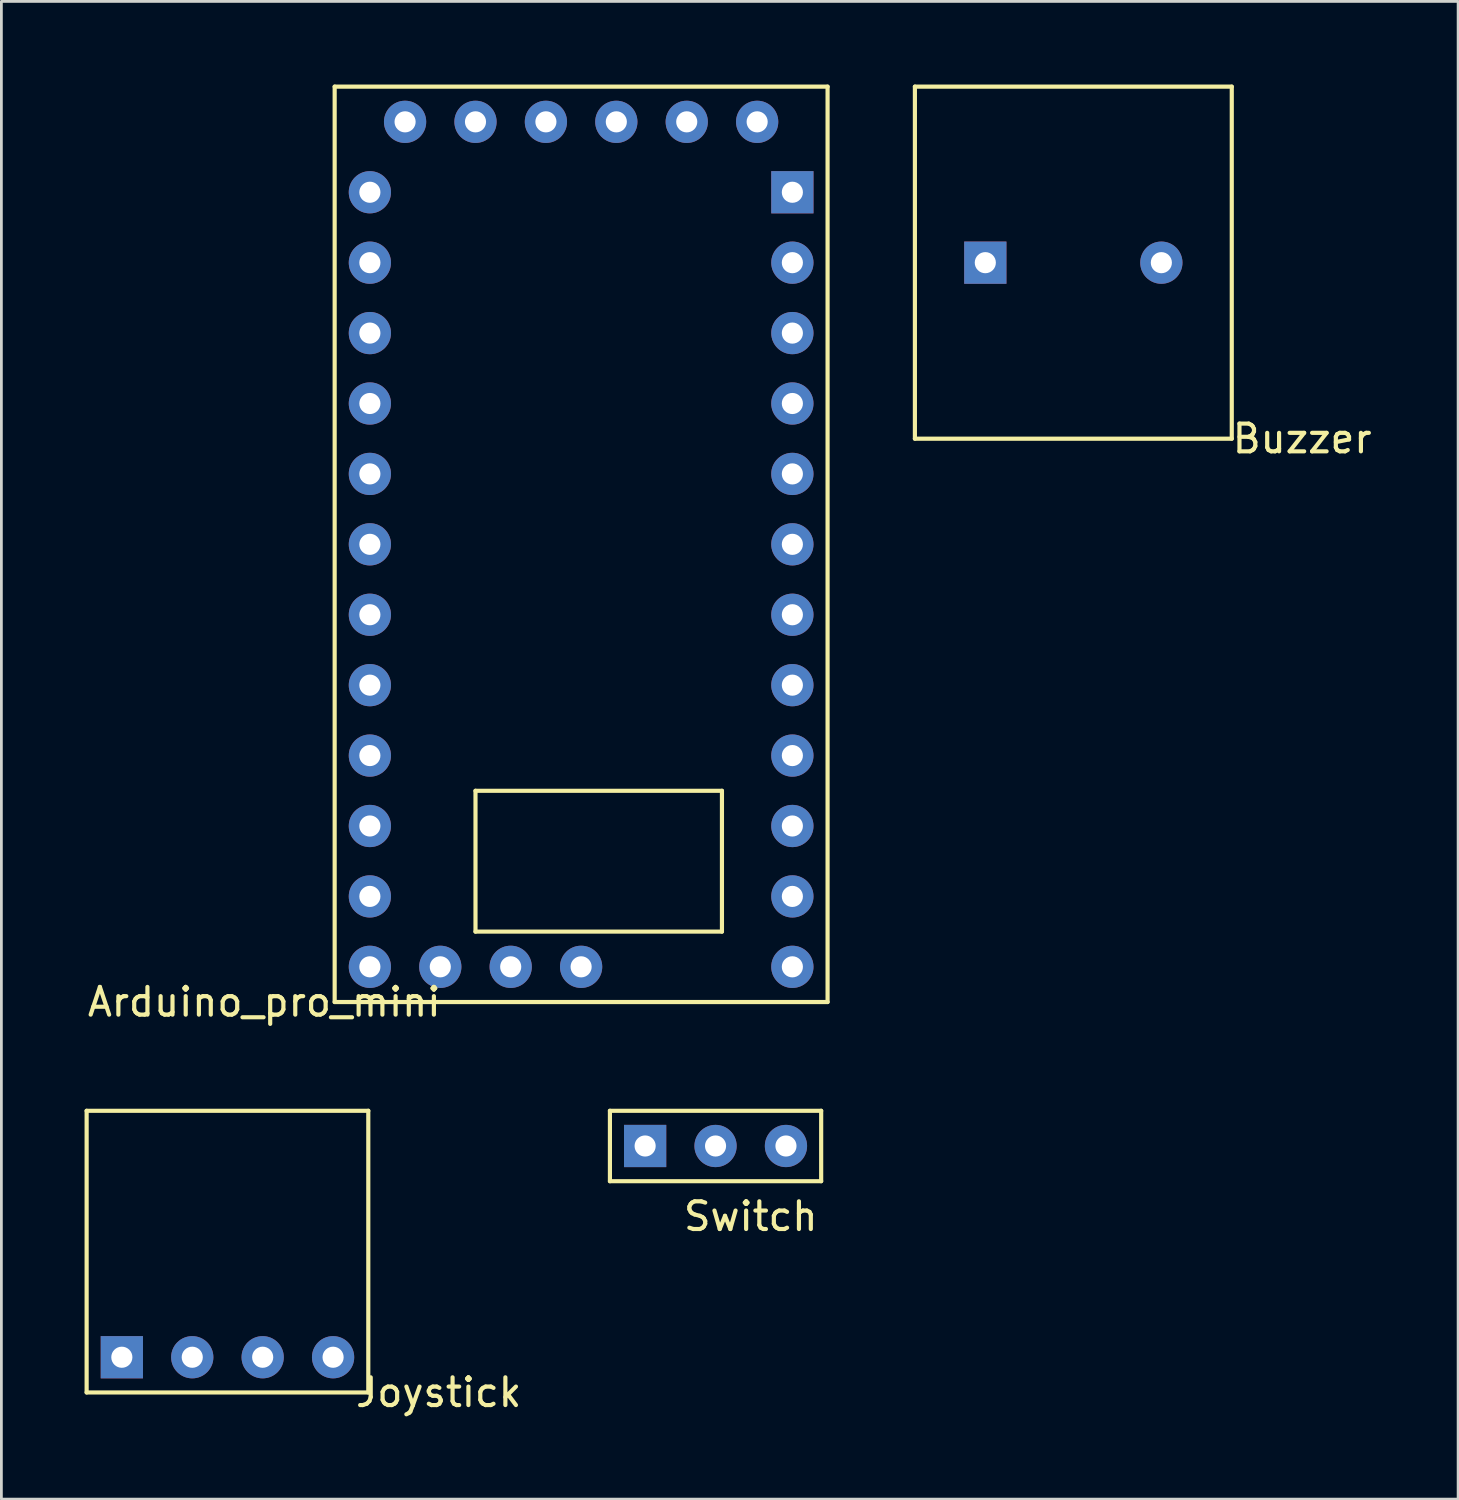
<source format=kicad_pcb>
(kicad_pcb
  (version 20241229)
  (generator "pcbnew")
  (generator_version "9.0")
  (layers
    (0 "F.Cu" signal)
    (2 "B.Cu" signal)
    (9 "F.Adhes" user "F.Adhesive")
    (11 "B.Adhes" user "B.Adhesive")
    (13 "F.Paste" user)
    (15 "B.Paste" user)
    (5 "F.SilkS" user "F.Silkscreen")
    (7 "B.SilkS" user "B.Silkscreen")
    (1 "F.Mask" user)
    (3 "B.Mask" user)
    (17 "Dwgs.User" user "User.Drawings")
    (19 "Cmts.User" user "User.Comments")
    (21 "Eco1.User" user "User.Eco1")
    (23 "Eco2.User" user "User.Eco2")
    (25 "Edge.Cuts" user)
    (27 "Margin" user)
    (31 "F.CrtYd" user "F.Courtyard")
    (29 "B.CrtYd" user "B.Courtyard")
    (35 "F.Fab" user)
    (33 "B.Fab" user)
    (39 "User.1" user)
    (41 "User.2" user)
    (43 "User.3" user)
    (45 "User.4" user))
  (footprint "Switch"
    (layer "F.Cu")
    (at 20.221 38.288)
    (property "Reference" "Switch" (at 3.81 2.54 0) (layer "F.SilkS") (effects (font (size 1 1) (thickness 0.15))))
    (attr through_hole)
    (fp_line (start -1.27 -1.27) (end 6.35 -1.27) (stroke (width 0.15) (type solid)) (layer "F.SilkS"))
    (fp_line (start -1.27 1.27) (end -1.27 -1.27) (stroke (width 0.15) (type solid)) (layer "F.SilkS"))
    (fp_line (start 6.35 -1.27) (end 6.35 1.27) (stroke (width 0.15) (type solid)) (layer "F.SilkS"))
    (fp_line (start 6.35 1.27) (end -1.27 1.27) (stroke (width 0.15) (type solid)) (layer "F.SilkS"))
    (pad "1" thru_hole rect (at 0 0) (size 1.524 1.524) (drill 0.762) (layers "*.Cu" "*.Mask"))
    (pad "2" thru_hole circle (at 2.54 0) (size 1.524 1.524) (drill 0.762) (layers "*.Cu" "*.Mask"))
    (pad "3" thru_hole circle (at 5.08 0) (size 1.524 1.524) (drill 0.762) (layers "*.Cu" "*.Mask")))
  (footprint "Buzzer"
    (layer "F.Cu")
    (at 32.492 6.425)
    (property "Reference" "Buzzer" (at 11.43 6.35 0) (layer "F.SilkS") (effects (font (size 1 1) (thickness 0.15))))
    (attr through_hole)
    (fp_line (start -2.54 -6.35) (end 8.89 -6.35) (stroke (width 0.15) (type solid)) (layer "F.SilkS"))
    (fp_line (start -2.54 6.35) (end -2.54 -6.35) (stroke (width 0.15) (type solid)) (layer "F.SilkS"))
    (fp_line (start 8.89 -6.35) (end 8.89 6.35) (stroke (width 0.15) (type solid)) (layer "F.SilkS"))
    (fp_line (start 8.89 6.35) (end -2.54 6.35) (stroke (width 0.15) (type solid)) (layer "F.SilkS"))
    (pad "1" thru_hole rect (at 0 0) (size 1.524 1.524) (drill 0.762) (layers "*.Cu" "*.Mask"))
    (pad "2" thru_hole circle (at 6.35 0) (size 1.524 1.524) (drill 0.762) (layers "*.Cu" "*.Mask")))
  (footprint "Arduino_pro_mini"
    (layer "F.Cu")
    (at 11.562 1.345)
    (property "Reference" "Arduino_pro_mini" (at -5.08 31.75 0) (layer "F.SilkS") (effects (font (size 1 1) (thickness 0.15))))
    (attr through_hole)
    (fp_line (start -2.54 -1.27) (end -2.54 31.75) (stroke (width 0.15) (type solid)) (layer "F.SilkS"))
    (fp_line (start -2.54 31.75) (end 15.24 31.75) (stroke (width 0.15) (type solid)) (layer "F.SilkS"))
    (fp_line (start 2.54 24.13) (end 11.43 24.13) (stroke (width 0.15) (type solid)) (layer "F.SilkS"))
    (fp_line (start 2.54 29.21) (end 2.54 24.13) (stroke (width 0.15) (type solid)) (layer "F.SilkS"))
    (fp_line (start 11.43 24.13) (end 11.43 29.21) (stroke (width 0.15) (type solid)) (layer "F.SilkS"))
    (fp_line (start 11.43 29.21) (end 2.54 29.21) (stroke (width 0.15) (type solid)) (layer "F.SilkS"))
    (fp_line (start 15.24 -1.27) (end -2.54 -1.27) (stroke (width 0.15) (type solid)) (layer "F.SilkS"))
    (fp_line (start 15.24 31.75) (end 15.24 -1.27) (stroke (width 0.15) (type solid)) (layer "F.SilkS"))
    (pad "1" thru_hole rect (at 13.97 2.54) (size 1.524 1.524) (drill 0.762) (layers "*.Cu" "*.Mask"))
    (pad "2" thru_hole circle (at 13.97 5.08) (size 1.524 1.524) (drill 0.762) (layers "*.Cu" "*.Mask"))
    (pad "3" thru_hole circle (at 13.97 7.62) (size 1.524 1.524) (drill 0.762) (layers "*.Cu" "*.Mask"))
    (pad "4" thru_hole circle (at 13.97 10.16) (size 1.524 1.524) (drill 0.762) (layers "*.Cu" "*.Mask"))
    (pad "5" thru_hole circle (at 13.97 12.7) (size 1.524 1.524) (drill 0.762) (layers "*.Cu" "*.Mask"))
    (pad "6" thru_hole circle (at 13.97 15.24) (size 1.524 1.524) (drill 0.762) (layers "*.Cu" "*.Mask"))
    (pad "7" thru_hole circle (at 13.97 17.78) (size 1.524 1.524) (drill 0.762) (layers "*.Cu" "*.Mask"))
    (pad "8" thru_hole circle (at 13.97 20.32) (size 1.524 1.524) (drill 0.762) (layers "*.Cu" "*.Mask"))
    (pad "9" thru_hole circle (at 13.97 22.86) (size 1.524 1.524) (drill 0.762) (layers "*.Cu" "*.Mask"))
    (pad "10" thru_hole circle (at 13.97 25.4) (size 1.524 1.524) (drill 0.762) (layers "*.Cu" "*.Mask"))
    (pad "11" thru_hole circle (at 13.97 27.94) (size 1.524 1.524) (drill 0.762) (layers "*.Cu" "*.Mask"))
    (pad "12" thru_hole circle (at 13.97 30.48) (size 1.524 1.524) (drill 0.762) (layers "*.Cu" "*.Mask"))
    (pad "13" thru_hole circle (at 6.35 30.48) (size 1.524 1.524) (drill 0.762) (layers "*.Cu" "*.Mask"))
    (pad "15" thru_hole circle (at 3.81 30.48) (size 1.524 1.524) (drill 0.762) (layers "*.Cu" "*.Mask"))
    (pad "16" thru_hole circle (at 1.27 30.48) (size 1.524 1.524) (drill 0.762) (layers "*.Cu" "*.Mask"))
    (pad "17" thru_hole circle (at -1.27 30.48) (size 1.524 1.524) (drill 0.762) (layers "*.Cu" "*.Mask"))
    (pad "18" thru_hole circle (at -1.27 27.94) (size 1.524 1.524) (drill 0.762) (layers "*.Cu" "*.Mask"))
    (pad "19" thru_hole circle (at -1.27 25.4) (size 1.524 1.524) (drill 0.762) (layers "*.Cu" "*.Mask"))
    (pad "20" thru_hole circle (at -1.27 22.86) (size 1.524 1.524) (drill 0.762) (layers "*.Cu" "*.Mask"))
    (pad "21" thru_hole circle (at -1.27 20.32) (size 1.524 1.524) (drill 0.762) (layers "*.Cu" "*.Mask"))
    (pad "22" thru_hole circle (at -1.27 17.78) (size 1.524 1.524) (drill 0.762) (layers "*.Cu" "*.Mask"))
    (pad "23" thru_hole circle (at -1.27 15.24) (size 1.524 1.524) (drill 0.762) (layers "*.Cu" "*.Mask"))
    (pad "24" thru_hole circle (at -1.27 12.7) (size 1.524 1.524) (drill 0.762) (layers "*.Cu" "*.Mask"))
    (pad "25" thru_hole circle (at -1.27 10.16) (size 1.524 1.524) (drill 0.762) (layers "*.Cu" "*.Mask"))
    (pad "26" thru_hole circle (at -1.27 7.62) (size 1.524 1.524) (drill 0.762) (layers "*.Cu" "*.Mask"))
    (pad "27" thru_hole circle (at -1.27 5.08) (size 1.524 1.524) (drill 0.762) (layers "*.Cu" "*.Mask"))
    (pad "28" thru_hole circle (at -1.27 2.54) (size 1.524 1.524) (drill 0.762) (layers "*.Cu" "*.Mask"))
    (pad "29" thru_hole circle (at 0 0) (size 1.524 1.524) (drill 0.762) (layers "*.Cu" "*.Mask"))
    (pad "30" thru_hole circle (at 2.54 0) (size 1.524 1.524) (drill 0.762) (layers "*.Cu" "*.Mask"))
    (pad "31" thru_hole circle (at 5.08 0) (size 1.524 1.524) (drill 0.762) (layers "*.Cu" "*.Mask"))
    (pad "32" thru_hole circle (at 7.62 0) (size 1.524 1.524) (drill 0.762) (layers "*.Cu" "*.Mask"))
    (pad "33" thru_hole circle (at 10.16 0) (size 1.524 1.524) (drill 0.762) (layers "*.Cu" "*.Mask"))
    (pad "34" thru_hole circle (at 12.7 0) (size 1.524 1.524) (drill 0.762) (layers "*.Cu" "*.Mask")))
  (footprint "Joystick"
    (layer "F.Cu")
    (at 1.372 45.908)
    (property "Reference" "Joystick" (at 11.403 1.27 0) (layer "F.SilkS") (effects (font (size 1 1) (thickness 0.15))))
    (attr through_hole)
    (fp_line (start -1.297 -8.89) (end 8.863 -8.89) (stroke (width 0.15) (type solid)) (layer "F.SilkS"))
    (fp_line (start -1.297 1.27) (end -1.297 -8.89) (stroke (width 0.15) (type solid)) (layer "F.SilkS"))
    (fp_line (start 8.863 -8.89) (end 8.863 1.27) (stroke (width 0.15) (type solid)) (layer "F.SilkS"))
    (fp_line (start 8.863 1.27) (end -1.297 1.27) (stroke (width 0.15) (type solid)) (layer "F.SilkS"))
    (pad "1" thru_hole rect (at -0.027 0) (size 1.524 1.524) (drill 0.762) (layers "*.Cu" "*.Mask"))
    (pad "2" thru_hole circle (at 2.513 0) (size 1.524 1.524) (drill 0.762) (layers "*.Cu" "*.Mask"))
    (pad "3" thru_hole circle (at 5.053 0) (size 1.524 1.524) (drill 0.762) (layers "*.Cu" "*.Mask"))
    (pad "4" thru_hole circle (at 7.593 0) (size 1.524 1.524) (drill 0.762) (layers "*.Cu" "*.Mask")))
  (gr_rect
    (start -3 -3)
    (end 49.547 51.026)
    (stroke (width 0.1) (type default))
    (fill no)
    (layer "Edge.Cuts")))
</source>
